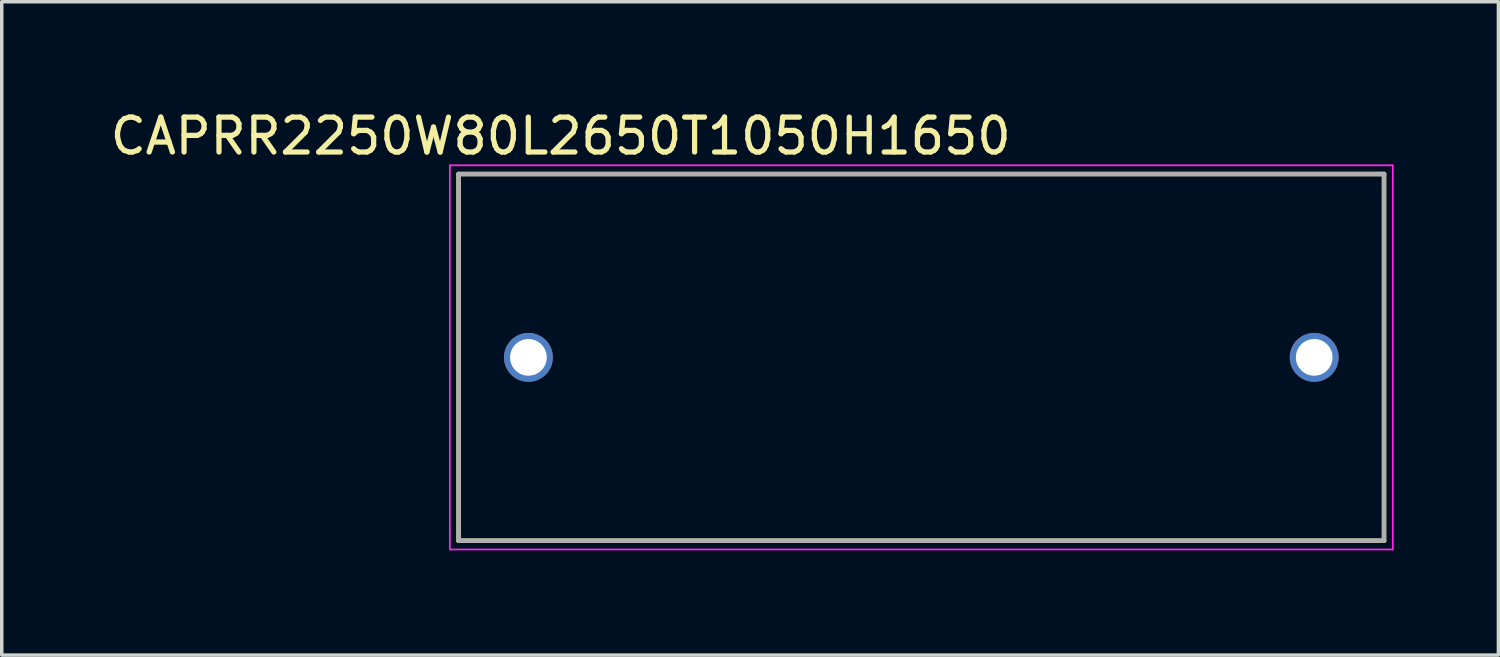
<source format=kicad_pcb>
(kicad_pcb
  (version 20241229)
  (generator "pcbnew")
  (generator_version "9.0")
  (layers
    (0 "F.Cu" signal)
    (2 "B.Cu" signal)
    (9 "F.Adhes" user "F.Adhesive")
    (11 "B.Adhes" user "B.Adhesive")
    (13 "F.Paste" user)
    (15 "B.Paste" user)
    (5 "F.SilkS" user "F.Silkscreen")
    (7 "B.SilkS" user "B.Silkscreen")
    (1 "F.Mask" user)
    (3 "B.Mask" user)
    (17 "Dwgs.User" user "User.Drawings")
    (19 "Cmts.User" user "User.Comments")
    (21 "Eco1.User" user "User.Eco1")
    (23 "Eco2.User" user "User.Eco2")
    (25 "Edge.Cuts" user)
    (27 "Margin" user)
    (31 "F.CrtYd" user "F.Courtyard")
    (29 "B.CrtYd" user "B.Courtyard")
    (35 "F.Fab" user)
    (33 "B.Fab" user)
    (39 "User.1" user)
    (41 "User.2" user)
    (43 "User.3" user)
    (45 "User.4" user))
  (footprint "CAPRR2250W80L2650T1050H1650"
    (layer "F.Cu")
    (at 23.331 7.183)
    (property "Reference" "CAPRR2250W80L2650T1050H1650" (at -10.325 -6.335 0) (layer "F.SilkS") (effects (font (size 1 1) (thickness 0.15))))
    (attr through_hole)
    (fp_line (start -13.25 -5.25) (end -13.25 5.25) (stroke (width 0.127) (type solid)) (layer "F.SilkS"))
    (fp_line (start -13.25 -5.25) (end 13.25 -5.25) (stroke (width 0.127) (type solid)) (layer "F.SilkS"))
    (fp_line (start -13.25 5.25) (end 13.25 5.25) (stroke (width 0.127) (type solid)) (layer "F.SilkS"))
    (fp_line (start 13.25 -5.25) (end 13.25 5.25) (stroke (width 0.127) (type solid)) (layer "F.SilkS"))
    (fp_line (start -13.5 -5.5) (end -13.5 5.5) (stroke (width 0.05) (type solid)) (layer "F.CrtYd"))
    (fp_line (start -13.5 -5.5) (end 13.5 -5.5) (stroke (width 0.05) (type solid)) (layer "F.CrtYd"))
    (fp_line (start 13.5 -5.5) (end 13.5 5.5) (stroke (width 0.05) (type solid)) (layer "F.CrtYd"))
    (fp_line (start 13.5 5.5) (end -13.5 5.5) (stroke (width 0.05) (type solid)) (layer "F.CrtYd"))
    (fp_line (start -13.25 -5.25) (end -13.25 5.25) (stroke (width 0.127) (type solid)) (layer "F.Fab"))
    (fp_line (start -13.25 -5.25) (end 13.25 -5.25) (stroke (width 0.127) (type solid)) (layer "F.Fab"))
    (fp_line (start 13.25 -5.25) (end 13.25 5.25) (stroke (width 0.127) (type solid)) (layer "F.Fab"))
    (fp_line (start 13.25 5.25) (end -13.25 5.25) (stroke (width 0.127) (type solid)) (layer "F.Fab"))
    (pad "1" thru_hole circle (at -11.25 0) (size 1.4 1.4) (drill 1.05) (layers "*.Cu" "*.Mask"))
    (pad "2" thru_hole circle (at 11.25 0) (size 1.4 1.4) (drill 1.05) (layers "*.Cu" "*.Mask")))
  (gr_rect
    (start -3 -3)
    (end 39.856 15.708)
    (stroke (width 0.1) (type default))
    (fill no)
    (layer "Edge.Cuts")))
</source>
